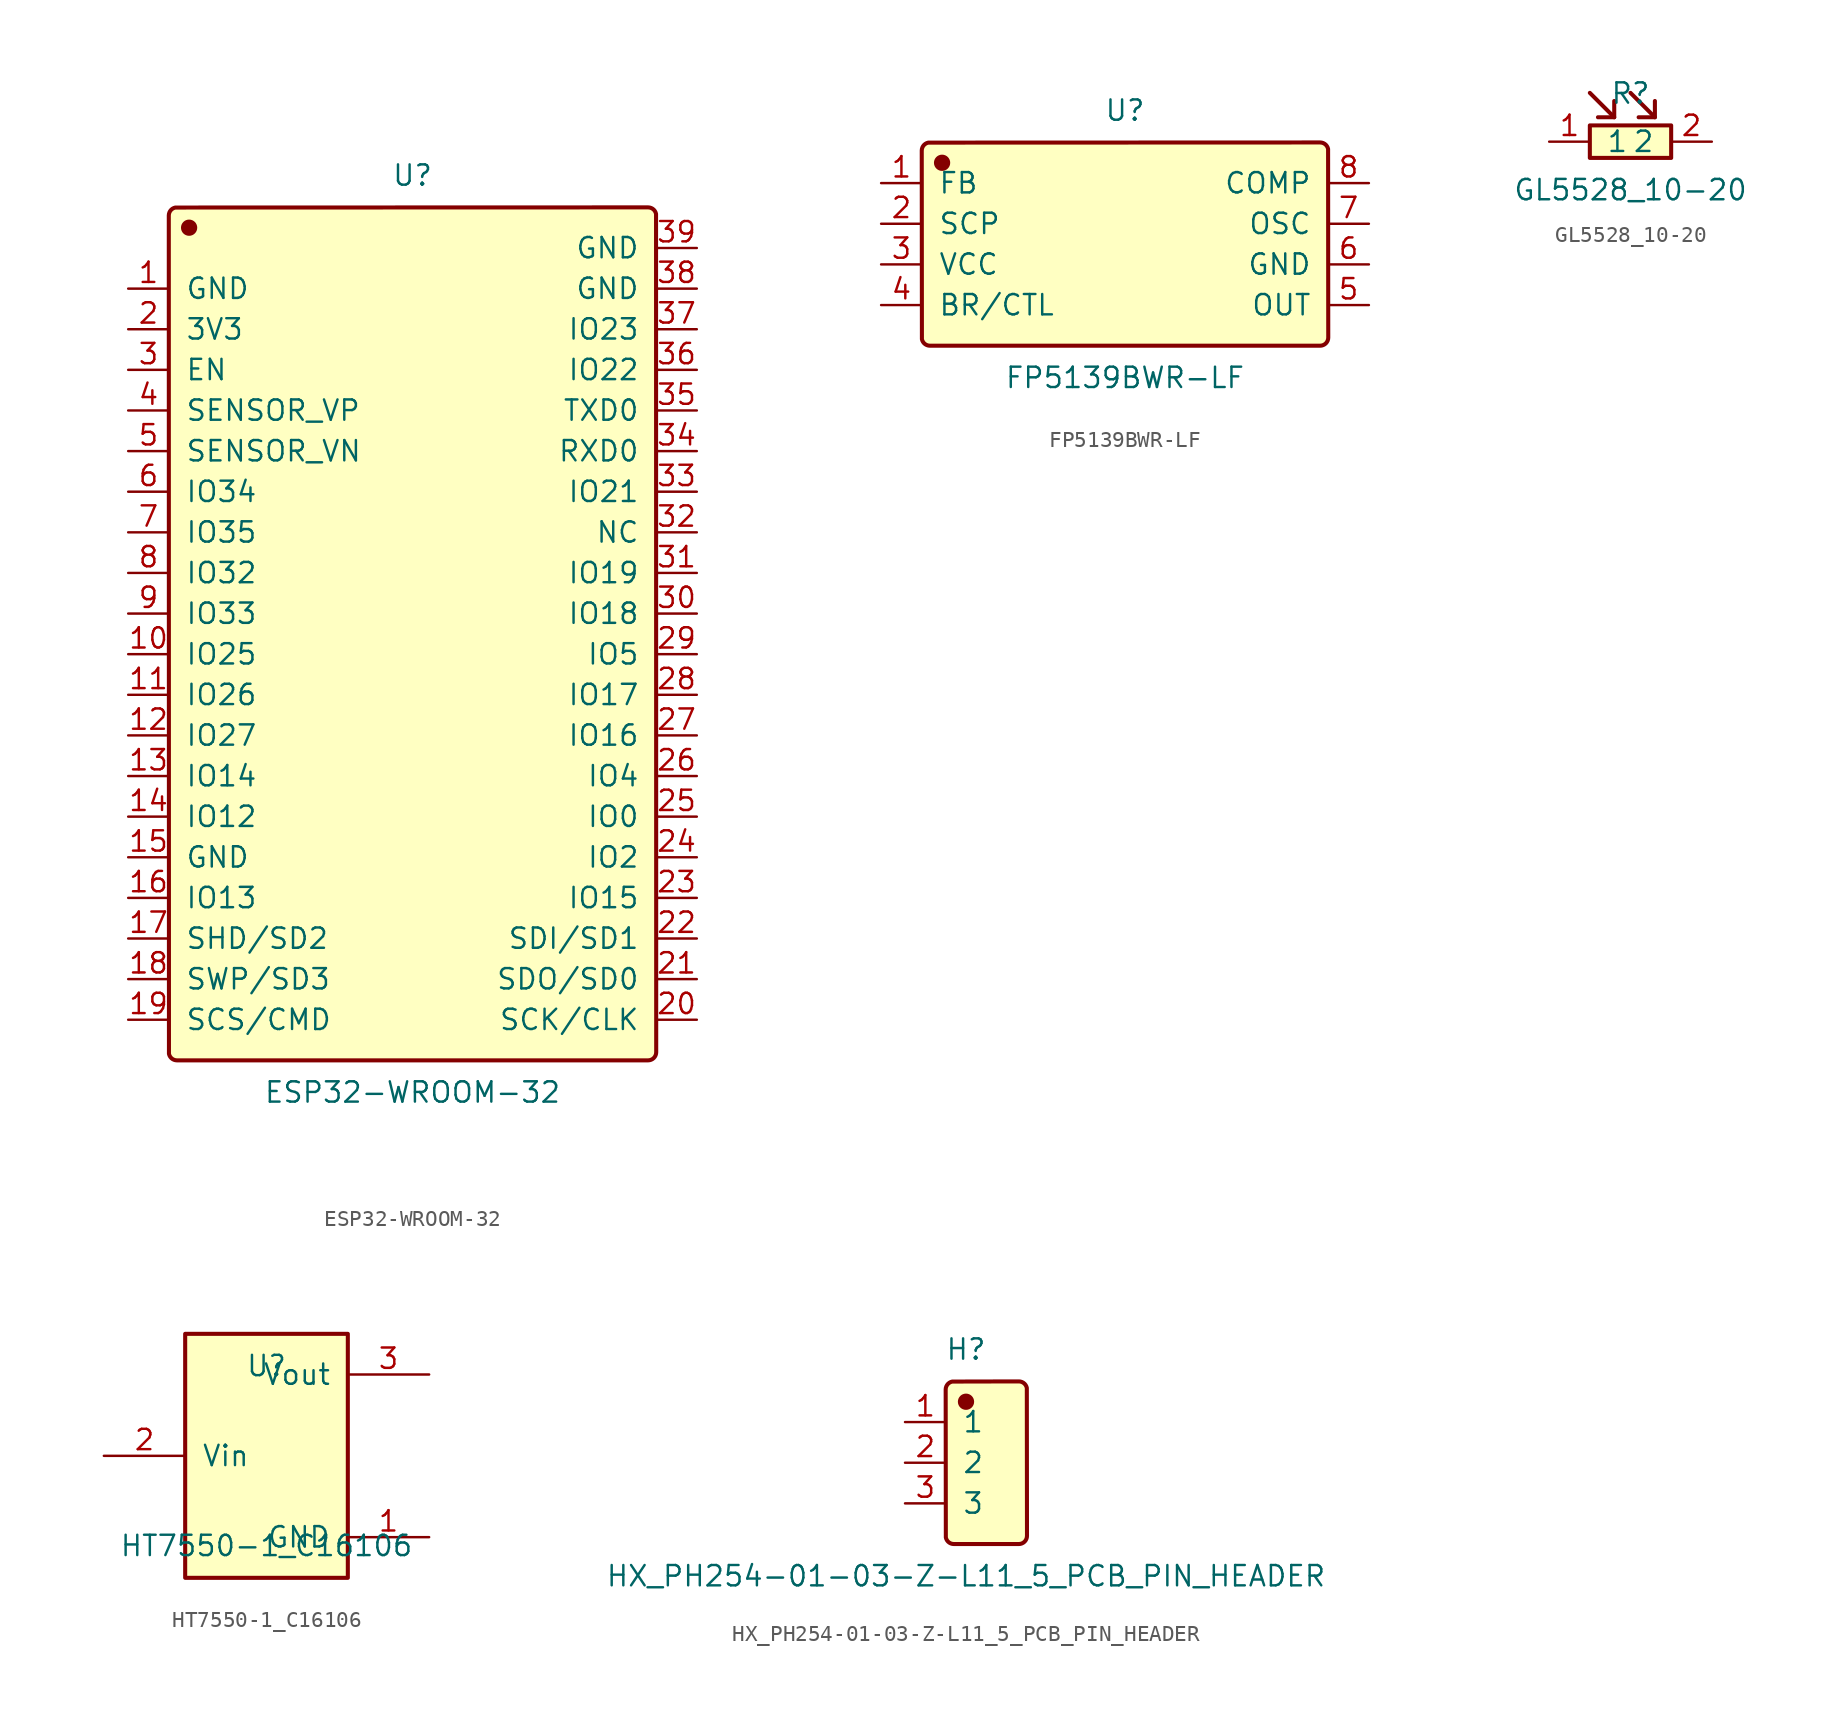
<source format=kicad_sym>
(kicad_symbol_lib
  (version 20241209)
  (generator "JLCImport")
  (generator_version "1.0")
  (symbol "ESP32-WROOM-32"
    (pin_names
      (offset 1.016))
    (property "Reference" "U"
      (at 0 29.94 0)
      (effects (font (size 1.27 1.27))))
    (property "Value" "ESP32-WROOM-32"
      (at 0 -27.4 0)
      (effects (font (size 1.27 1.27))))
    (symbol "ESP32-WROOM-32_0_1"
      (polyline (pts (xy 14.732 -25.4) (xy 14.831 -25.39) (xy 14.926 -25.361) (xy 15.014 -25.314) (xy 15.091 -25.251) (xy 15.154 -25.174) (xy 15.201 -25.086) (xy 15.23 -24.991) (xy 15.24 -24.892) (xy 15.23 27.531) (xy 15.201 27.626) (xy 15.154 27.714) (xy 15.091 27.791) (xy 15.014 27.854) (xy 14.926 27.901) (xy 14.831 27.93) (xy 14.732 27.94) (xy -14.831 27.93) (xy -14.926 27.901) (xy -15.014 27.854) (xy -15.091 27.791) (xy -15.154 27.714) (xy -15.201 27.626) (xy -15.23 27.531) (xy -15.24 27.432) (xy -15.23 -24.991) (xy -15.201 -25.086) (xy -15.154 -25.174) (xy -15.091 -25.251) (xy -15.014 -25.314) (xy -14.926 -25.361) (xy -14.831 -25.39) (xy -14.732 -25.4) (xy 14.732 -25.4)) (stroke (width 0.254) (type solid)) (fill (type background)))
      (circle (center -13.97 26.67) (radius 0.381) (stroke (width 0.254) (type solid)) (fill (type outline)))
      (pin unspecified line (at -17.78 22.86 0) (length 2.54) (name "GND" (effects (font (size 1.27 1.27)))) (number "1" (effects (font (size 1.27 1.27)))))
      (pin unspecified line (at -17.78 20.32 0) (length 2.54) (name "3V3" (effects (font (size 1.27 1.27)))) (number "2" (effects (font (size 1.27 1.27)))))
      (pin unspecified line (at -17.78 17.78 0) (length 2.54) (name "EN" (effects (font (size 1.27 1.27)))) (number "3" (effects (font (size 1.27 1.27)))))
      (pin unspecified line (at -17.78 15.24 0) (length 2.54) (name "SENSOR_VP" (effects (font (size 1.27 1.27)))) (number "4" (effects (font (size 1.27 1.27)))))
      (pin unspecified line (at -17.78 12.7 0) (length 2.54) (name "SENSOR_VN" (effects (font (size 1.27 1.27)))) (number "5" (effects (font (size 1.27 1.27)))))
      (pin unspecified line (at -17.78 10.16 0) (length 2.54) (name "IO34" (effects (font (size 1.27 1.27)))) (number "6" (effects (font (size 1.27 1.27)))))
      (pin unspecified line (at -17.78 7.62 0) (length 2.54) (name "IO35" (effects (font (size 1.27 1.27)))) (number "7" (effects (font (size 1.27 1.27)))))
      (pin unspecified line (at -17.78 5.08 0) (length 2.54) (name "IO32" (effects (font (size 1.27 1.27)))) (number "8" (effects (font (size 1.27 1.27)))))
      (pin unspecified line (at -17.78 2.54 0) (length 2.54) (name "IO33" (effects (font (size 1.27 1.27)))) (number "9" (effects (font (size 1.27 1.27)))))
      (pin unspecified line (at -17.78 0 0) (length 2.54) (name "IO25" (effects (font (size 1.27 1.27)))) (number "10" (effects (font (size 1.27 1.27)))))
      (pin unspecified line (at -17.78 -2.54 0) (length 2.54) (name "IO26" (effects (font (size 1.27 1.27)))) (number "11" (effects (font (size 1.27 1.27)))))
      (pin unspecified line (at -17.78 -5.08 0) (length 2.54) (name "IO27" (effects (font (size 1.27 1.27)))) (number "12" (effects (font (size 1.27 1.27)))))
      (pin unspecified line (at -17.78 -7.62 0) (length 2.54) (name "IO14" (effects (font (size 1.27 1.27)))) (number "13" (effects (font (size 1.27 1.27)))))
      (pin unspecified line (at -17.78 -10.16 0) (length 2.54) (name "IO12" (effects (font (size 1.27 1.27)))) (number "14" (effects (font (size 1.27 1.27)))))
      (pin unspecified line (at -17.78 -12.7 0) (length 2.54) (name "GND" (effects (font (size 1.27 1.27)))) (number "15" (effects (font (size 1.27 1.27)))))
      (pin unspecified line (at -17.78 -15.24 0) (length 2.54) (name "IO13" (effects (font (size 1.27 1.27)))) (number "16" (effects (font (size 1.27 1.27)))))
      (pin unspecified line (at -17.78 -17.78 0) (length 2.54) (name "SHD/SD2" (effects (font (size 1.27 1.27)))) (number "17" (effects (font (size 1.27 1.27)))))
      (pin unspecified line (at -17.78 -20.32 0) (length 2.54) (name "SWP/SD3" (effects (font (size 1.27 1.27)))) (number "18" (effects (font (size 1.27 1.27)))))
      (pin unspecified line (at -17.78 -22.86 0) (length 2.54) (name "SCS/CMD" (effects (font (size 1.27 1.27)))) (number "19" (effects (font (size 1.27 1.27)))))
      (pin unspecified line (at 17.78 -22.86 180) (length 2.54) (name "SCK/CLK" (effects (font (size 1.27 1.27)))) (number "20" (effects (font (size 1.27 1.27)))))
      (pin unspecified line (at 17.78 -20.32 180) (length 2.54) (name "SDO/SD0" (effects (font (size 1.27 1.27)))) (number "21" (effects (font (size 1.27 1.27)))))
      (pin unspecified line (at 17.78 -17.78 180) (length 2.54) (name "SDI/SD1" (effects (font (size 1.27 1.27)))) (number "22" (effects (font (size 1.27 1.27)))))
      (pin unspecified line (at 17.78 -15.24 180) (length 2.54) (name "IO15" (effects (font (size 1.27 1.27)))) (number "23" (effects (font (size 1.27 1.27)))))
      (pin unspecified line (at 17.78 -12.7 180) (length 2.54) (name "IO2" (effects (font (size 1.27 1.27)))) (number "24" (effects (font (size 1.27 1.27)))))
      (pin unspecified line (at 17.78 -10.16 180) (length 2.54) (name "IO0" (effects (font (size 1.27 1.27)))) (number "25" (effects (font (size 1.27 1.27)))))
      (pin unspecified line (at 17.78 -7.62 180) (length 2.54) (name "IO4" (effects (font (size 1.27 1.27)))) (number "26" (effects (font (size 1.27 1.27)))))
      (pin unspecified line (at 17.78 -5.08 180) (length 2.54) (name "IO16" (effects (font (size 1.27 1.27)))) (number "27" (effects (font (size 1.27 1.27)))))
      (pin unspecified line (at 17.78 -2.54 180) (length 2.54) (name "IO17" (effects (font (size 1.27 1.27)))) (number "28" (effects (font (size 1.27 1.27)))))
      (pin unspecified line (at 17.78 0 180) (length 2.54) (name "IO5" (effects (font (size 1.27 1.27)))) (number "29" (effects (font (size 1.27 1.27)))))
      (pin unspecified line (at 17.78 2.54 180) (length 2.54) (name "IO18" (effects (font (size 1.27 1.27)))) (number "30" (effects (font (size 1.27 1.27)))))
      (pin unspecified line (at 17.78 5.08 180) (length 2.54) (name "IO19" (effects (font (size 1.27 1.27)))) (number "31" (effects (font (size 1.27 1.27)))))
      (pin unspecified line (at 17.78 7.62 180) (length 2.54) (name "NC" (effects (font (size 1.27 1.27)))) (number "32" (effects (font (size 1.27 1.27)))))
      (pin unspecified line (at 17.78 10.16 180) (length 2.54) (name "IO21" (effects (font (size 1.27 1.27)))) (number "33" (effects (font (size 1.27 1.27)))))
      (pin unspecified line (at 17.78 12.7 180) (length 2.54) (name "RXD0" (effects (font (size 1.27 1.27)))) (number "34" (effects (font (size 1.27 1.27)))))
      (pin unspecified line (at 17.78 15.24 180) (length 2.54) (name "TXD0" (effects (font (size 1.27 1.27)))) (number "35" (effects (font (size 1.27 1.27)))))
      (pin unspecified line (at 17.78 17.78 180) (length 2.54) (name "IO22" (effects (font (size 1.27 1.27)))) (number "36" (effects (font (size 1.27 1.27)))))
      (pin unspecified line (at 17.78 20.32 180) (length 2.54) (name "IO23" (effects (font (size 1.27 1.27)))) (number "37" (effects (font (size 1.27 1.27)))))
      (pin unspecified line (at 17.78 22.86 180) (length 2.54) (name "GND" (effects (font (size 1.27 1.27)))) (number "38" (effects (font (size 1.27 1.27)))))
      (pin unspecified line (at 17.78 25.4 180) (length 2.54) (name "GND" (effects (font (size 1.27 1.27)))) (number "39" (effects (font (size 1.27 1.27)))))))
  (symbol "FP5139BWR-LF"
    (pin_names
      (offset 1.016))
    (property "Reference" "U"
      (at 0 8.35 0)
      (effects (font (size 1.27 1.27))))
    (property "Value" "FP5139BWR-LF"
      (at 0 -8.35 0)
      (effects (font (size 1.27 1.27))))
    (symbol "FP5139BWR-LF_0_1"
      (polyline (pts (xy 12.192 -6.35) (xy 12.291 -6.34) (xy 12.386 -6.311) (xy 12.474 -6.264) (xy 12.551 -6.201) (xy 12.614 -6.124) (xy 12.661 -6.036) (xy 12.69 -5.941) (xy 12.7 -5.842) (xy 12.69 5.941) (xy 12.661 6.036) (xy 12.614 6.124) (xy 12.551 6.201) (xy 12.474 6.264) (xy 12.386 6.311) (xy 12.291 6.34) (xy 12.192 6.35) (xy -12.291 6.34) (xy -12.386 6.311) (xy -12.474 6.264) (xy -12.551 6.201) (xy -12.614 6.124) (xy -12.661 6.036) (xy -12.69 5.941) (xy -12.7 5.842) (xy -12.69 -5.941) (xy -12.661 -6.036) (xy -12.614 -6.124) (xy -12.551 -6.201) (xy -12.474 -6.264) (xy -12.386 -6.311) (xy -12.291 -6.34) (xy -12.192 -6.35) (xy 12.192 -6.35)) (stroke (width 0.254) (type solid)) (fill (type background)))
      (circle (center -11.43 5.08) (radius 0.381) (stroke (width 0.254) (type solid)) (fill (type outline)))
      (pin unspecified line (at -15.24 3.81 0) (length 2.54) (name "FB" (effects (font (size 1.27 1.27)))) (number "1" (effects (font (size 1.27 1.27)))))
      (pin unspecified line (at -15.24 1.27 0) (length 2.54) (name "SCP" (effects (font (size 1.27 1.27)))) (number "2" (effects (font (size 1.27 1.27)))))
      (pin unspecified line (at -15.24 -1.27 0) (length 2.54) (name "VCC" (effects (font (size 1.27 1.27)))) (number "3" (effects (font (size 1.27 1.27)))))
      (pin unspecified line (at -15.24 -3.81 0) (length 2.54) (name "BR/CTL" (effects (font (size 1.27 1.27)))) (number "4" (effects (font (size 1.27 1.27)))))
      (pin unspecified line (at 15.24 -3.81 180) (length 2.54) (name "OUT" (effects (font (size 1.27 1.27)))) (number "5" (effects (font (size 1.27 1.27)))))
      (pin unspecified line (at 15.24 -1.27 180) (length 2.54) (name "GND" (effects (font (size 1.27 1.27)))) (number "6" (effects (font (size 1.27 1.27)))))
      (pin unspecified line (at 15.24 1.27 180) (length 2.54) (name "OSC" (effects (font (size 1.27 1.27)))) (number "7" (effects (font (size 1.27 1.27)))))
      (pin unspecified line (at 15.24 3.81 180) (length 2.54) (name "COMP" (effects (font (size 1.27 1.27)))) (number "8" (effects (font (size 1.27 1.27)))))))
  (symbol "GL5528_10-20"
    (pin_names
      (offset 1.016))
    (property "Reference" "R"
      (at 0 1.746 0)
      (effects (font (size 1.27 1.27))))
    (property "Value" "GL5528_10-20"
      (at 0 -4.286 0)
      (effects (font (size 1.27 1.27))))
    (symbol "GL5528_10-20_0_1"
      (rectangle (start -2.54 -0.254) (end 2.54 -2.286) (stroke (width 0.254) (type solid)) (fill (type background)))
      (polyline (pts (xy 0 1.778) (xy 1.524 0.254)) (stroke (width 0.254) (type solid)) (fill (type none)))
      (polyline (pts (xy 1.524 1.27) (xy 1.524 0.254) (xy 0.508 0.254)) (stroke (width 0.254) (type solid)) (fill (type none)))
      (polyline (pts (xy -2.54 1.778) (xy -1.016 0.254)) (stroke (width 0.254) (type solid)) (fill (type none)))
      (polyline (pts (xy -1.016 1.27) (xy -1.016 0.254) (xy -2.032 0.254)) (stroke (width 0.254) (type solid)) (fill (type none)))
      (pin input line (at 5.08 -1.27 180) (length 2.54) (name "2" (effects (font (size 1.27 1.27)) hide)) (number "2" (effects (font (size 1.27 1.27)) hide)))
      (pin input line (at -5.08 -1.27 0) (length 2.54) (name "1" (effects (font (size 1.27 1.27)) hide)) (number "1" (effects (font (size 1.27 1.27)) hide)))))
  (symbol "HT7550-1_C16106"
    (pin_names
      (offset 1.016))
    (property "Reference" "U"
      (at 0 5.62 0)
      (effects (font (size 1.27 1.27))))
    (property "Value" "HT7550-1_C16106"
      (at 0 -5.62 0)
      (effects (font (size 1.27 1.27))))
    (symbol "HT7550-1_C16106_0_1"
      (rectangle (start -5.08 7.62) (end 5.08 -7.62) (stroke (width 0.254) (type solid)) (fill (type background)))
      (pin unspecified line (at 10.16 -5.08 180) (length 5.08) (name "GND" (effects (font (size 1.27 1.27)))) (number "1" (effects (font (size 1.27 1.27)))))
      (pin unspecified line (at -10.16 0 0) (length 5.08) (name "Vin" (effects (font (size 1.27 1.27)))) (number "2" (effects (font (size 1.27 1.27)))))
      (pin unspecified line (at 10.16 5.08 180) (length 5.08) (name "Vout" (effects (font (size 1.27 1.27)))) (number "3" (effects (font (size 1.27 1.27)))))))
  (symbol "HX_PH254-01-03-Z-L11_5_PCB_PIN_HEADER"
    (pin_names
      (offset 1.016))
    (property "Reference" "H"
      (at 0 7.08 0)
      (effects (font (size 1.27 1.27))))
    (property "Value" "HX_PH254-01-03-Z-L11_5_PCB_PIN_HEADER"
      (at 0 -7.08 0)
      (effects (font (size 1.27 1.27))))
    (symbol "HX_PH254-01-03-Z-L11_5_PCB_PIN_HEADER_0_1"
      (polyline (pts (xy 3.302 -5.08) (xy 3.401 -5.07) (xy 3.496 -5.041) (xy 3.584 -4.994) (xy 3.661 -4.931) (xy 3.724 -4.854) (xy 3.771 -4.766) (xy 3.8 -4.671) (xy 3.81 -4.572) (xy 3.8 4.671) (xy 3.771 4.766) (xy 3.724 4.854) (xy 3.661 4.931) (xy 3.584 4.994) (xy 3.496 5.041) (xy 3.401 5.07) (xy 3.302 5.08) (xy -0.861 5.07) (xy -0.956 5.041) (xy -1.044 4.994) (xy -1.121 4.931) (xy -1.184 4.854) (xy -1.231 4.766) (xy -1.26 4.671) (xy -1.27 4.572) (xy -1.26 -4.671) (xy -1.231 -4.766) (xy -1.184 -4.854) (xy -1.121 -4.931) (xy -1.044 -4.994) (xy -0.956 -5.041) (xy -0.861 -5.07) (xy -0.762 -5.08) (xy 3.302 -5.08)) (stroke (width 0.254) (type solid)) (fill (type background)))
      (circle (center 0 3.81) (radius 0.381) (stroke (width 0.254) (type solid)) (fill (type outline)))
      (pin unspecified line (at -3.81 -2.54 0) (length 2.54) (name "3" (effects (font (size 1.27 1.27)))) (number "3" (effects (font (size 1.27 1.27)))))
      (pin unspecified line (at -3.81 0 0) (length 2.54) (name "2" (effects (font (size 1.27 1.27)))) (number "2" (effects (font (size 1.27 1.27)))))
      (pin unspecified line (at -3.81 2.54 0) (length 2.54) (name "1" (effects (font (size 1.27 1.27)))) (number "1" (effects (font (size 1.27 1.27))))))))
</source>
